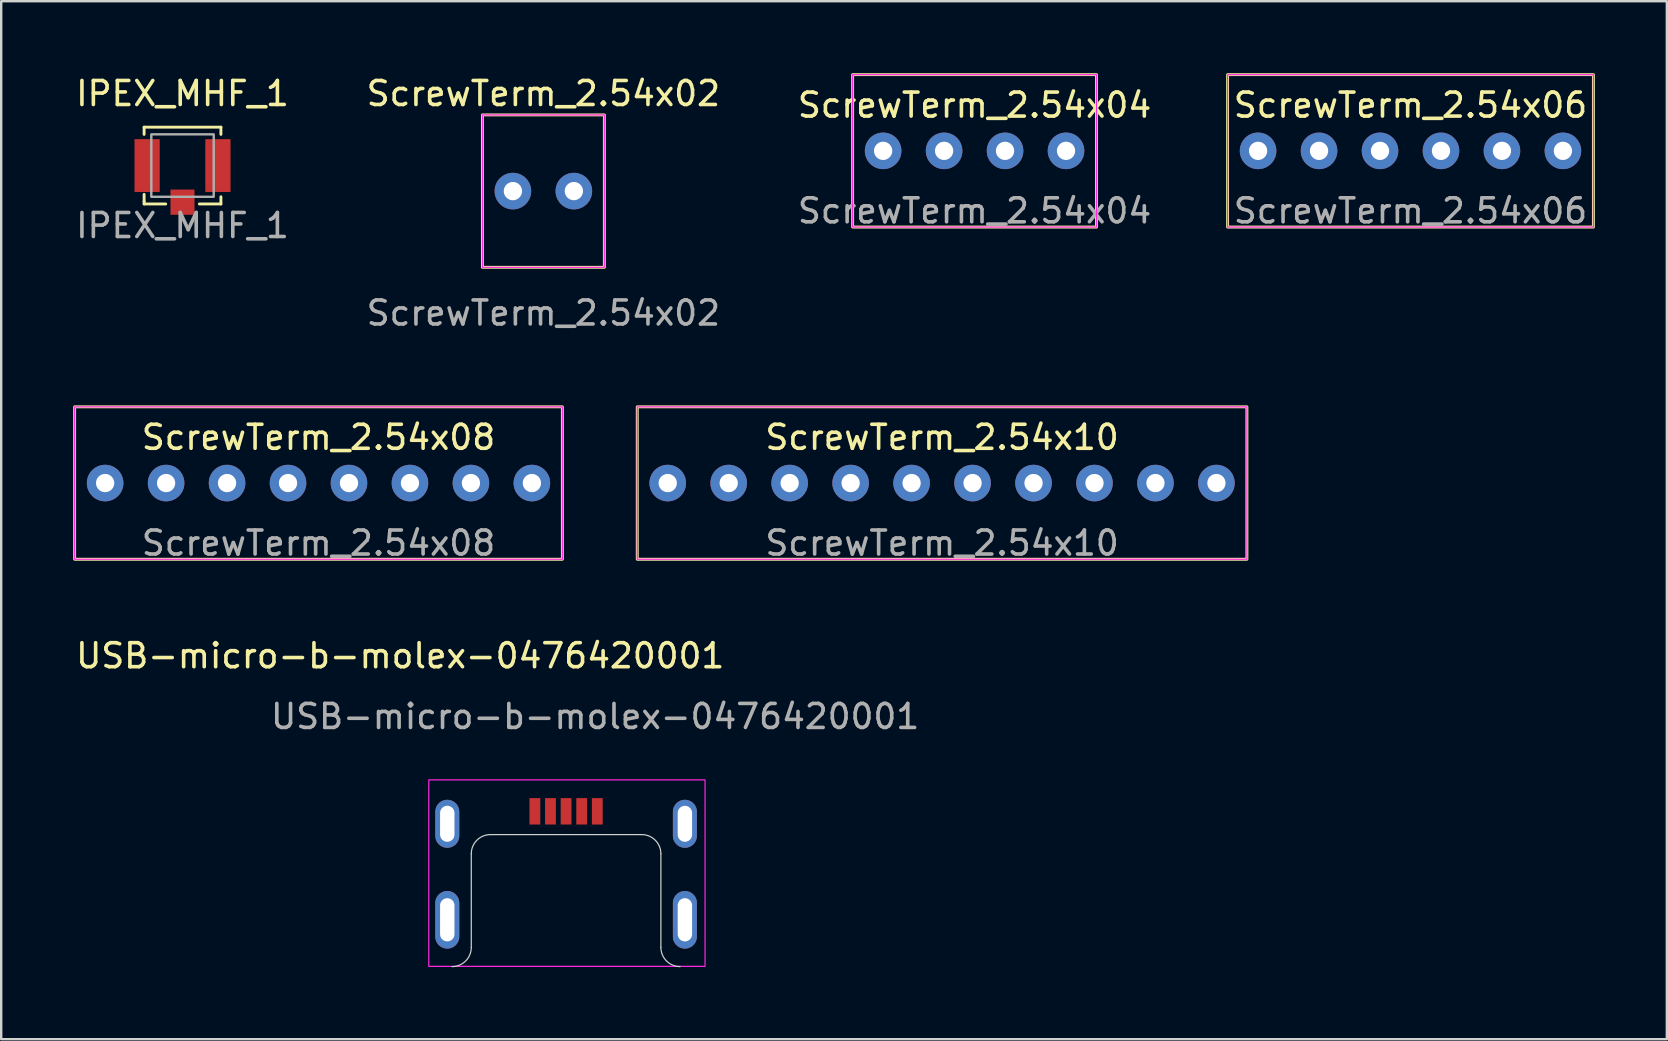
<source format=kicad_pcb>
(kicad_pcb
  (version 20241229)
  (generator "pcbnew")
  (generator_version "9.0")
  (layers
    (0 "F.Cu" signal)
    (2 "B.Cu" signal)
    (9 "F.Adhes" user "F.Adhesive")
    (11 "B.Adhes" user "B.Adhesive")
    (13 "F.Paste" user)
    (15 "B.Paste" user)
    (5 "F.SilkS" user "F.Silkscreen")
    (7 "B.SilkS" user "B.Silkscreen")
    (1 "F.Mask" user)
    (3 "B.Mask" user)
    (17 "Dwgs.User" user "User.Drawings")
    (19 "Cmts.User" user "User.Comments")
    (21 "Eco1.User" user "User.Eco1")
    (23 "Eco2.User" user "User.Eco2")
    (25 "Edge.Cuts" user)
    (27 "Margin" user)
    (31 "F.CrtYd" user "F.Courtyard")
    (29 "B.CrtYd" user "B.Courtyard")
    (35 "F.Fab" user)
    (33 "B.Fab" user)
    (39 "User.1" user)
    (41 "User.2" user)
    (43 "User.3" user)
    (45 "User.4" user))
  (footprint "ScrewTerm_2.54x10"
    (layer "F.Cu")
    (at 36.2 17.076)
    (property "Reference" "ScrewTerm_2.54x10" (at 0 -1.905 0) (unlocked yes) (layer "F.SilkS") (effects (font (size 1 1) (thickness 0.15))))
    (attr through_hole)
    (fp_rect (start -12.7 -3.175) (end 12.7 3.175) (stroke (width 0.12) (type solid)) (fill no) (layer "F.SilkS"))
    (fp_rect (start -12.7 -3.175) (end 12.7 3.175) (stroke (width 0.05) (type solid)) (fill no) (layer "F.CrtYd"))
    (fp_text user "${REFERENCE}" (at 0 2.5 0) (unlocked yes) (layer "F.Fab") (effects (font (size 1 1) (thickness 0.15))))
    (pad "1" thru_hole circle (at -11.43 0) (size 1.524 1.524) (drill 0.762) (layers "*.Cu" "*.Mask"))
    (pad "2" thru_hole circle (at -8.89 0) (size 1.524 1.524) (drill 0.762) (layers "*.Cu" "*.Mask"))
    (pad "3" thru_hole circle (at -6.35 0) (size 1.524 1.524) (drill 0.762) (layers "*.Cu" "*.Mask"))
    (pad "4" thru_hole circle (at -3.81 0) (size 1.524 1.524) (drill 0.762) (layers "*.Cu" "*.Mask"))
    (pad "5" thru_hole circle (at -1.27 0) (size 1.524 1.524) (drill 0.762) (layers "*.Cu" "*.Mask"))
    (pad "6" thru_hole circle (at 1.27 0) (size 1.524 1.524) (drill 0.762) (layers "*.Cu" "*.Mask"))
    (pad "7" thru_hole circle (at 3.81 0) (size 1.524 1.524) (drill 0.762) (layers "*.Cu" "*.Mask"))
    (pad "8" thru_hole circle (at 6.35 0) (size 1.524 1.524) (drill 0.762) (layers "*.Cu" "*.Mask"))
    (pad "9" thru_hole circle (at 8.89 0) (size 1.524 1.524) (drill 0.762) (layers "*.Cu" "*.Mask"))
    (pad "10" thru_hole circle (at 11.43 0) (size 1.524 1.524) (drill 0.762) (layers "*.Cu" "*.Mask")))
  (footprint "ScrewTerm_2.54x02"
    (layer "F.Cu")
    (at 19.589 4.912)
    (property "Reference" "ScrewTerm_2.54x02" (at 0 -4.064 0) (unlocked yes) (layer "F.SilkS") (effects (font (size 1 1) (thickness 0.15))))
    (attr through_hole)
    (fp_rect (start 2.54 3.175) (end -2.54 -3.175) (stroke (width 0.12) (type solid)) (fill no) (layer "F.SilkS"))
    (fp_rect (start -2.54 -3.175) (end 2.54 3.175) (stroke (width 0.05) (type solid)) (fill no) (layer "F.CrtYd"))
    (fp_text user "${REFERENCE}" (at 0 5.08 0) (unlocked yes) (layer "F.Fab") (effects (font (size 1 1) (thickness 0.15))))
    (pad "1" thru_hole circle (at -1.27 0) (size 1.524 1.524) (drill 0.762) (layers "*.Cu" "*.Mask"))
    (pad "2" thru_hole circle (at 1.27 0) (size 1.524 1.524) (drill 0.762) (layers "*.Cu" "*.Mask")))
  (footprint "ScrewTerm_2.54x04"
    (layer "F.Cu")
    (at 37.554 3.235)
    (property "Reference" "ScrewTerm_2.54x04" (at 0 -1.905 0) (unlocked yes) (layer "F.SilkS") (effects (font (size 1 1) (thickness 0.15))))
    (attr through_hole)
    (fp_rect (start -5.08 -3.175) (end 5.08 3.175) (stroke (width 0.12) (type solid)) (fill no) (layer "F.SilkS"))
    (fp_rect (start -5.08 -3.175) (end 5.08 3.175) (stroke (width 0.05) (type solid)) (fill no) (layer "F.CrtYd"))
    (fp_text user "${REFERENCE}" (at 0 2.5 0) (unlocked yes) (layer "F.Fab") (effects (font (size 1 1) (thickness 0.15))))
    (pad "1" thru_hole circle (at -3.81 0) (size 1.524 1.524) (drill 0.762) (layers "*.Cu" "*.Mask"))
    (pad "2" thru_hole circle (at -1.27 0) (size 1.524 1.524) (drill 0.762) (layers "*.Cu" "*.Mask"))
    (pad "3" thru_hole circle (at 1.27 0) (size 1.524 1.524) (drill 0.762) (layers "*.Cu" "*.Mask"))
    (pad "4" thru_hole circle (at 3.81 0) (size 1.524 1.524) (drill 0.762) (layers "*.Cu" "*.Mask")))
  (footprint "IPEX_MHF_1"
    (layer "F.Cu")
    (at 4.554 3.848)
    (property "Reference" "IPEX_MHF_1" (at 0 -3 0) (unlocked yes) (layer "F.SilkS") (effects (font (size 1 1) (thickness 0.15))))
    (attr smd)
    (fp_line (start -1.6 -1.6) (end 1.6 -1.6) (stroke (width 0.12) (type solid)) (layer "F.SilkS"))
    (fp_line (start -1.6 -1.3) (end -1.6 -1.6) (stroke (width 0.12) (type solid)) (layer "F.SilkS"))
    (fp_line (start -1.6 1.2) (end -1.6 1.5) (stroke (width 0.12) (type solid)) (layer "F.SilkS"))
    (fp_line (start -1.6 1.5) (end -1.6 1.6) (stroke (width 0.12) (type solid)) (layer "F.SilkS"))
    (fp_line (start -1.6 1.6) (end -0.7 1.6) (stroke (width 0.12) (type solid)) (layer "F.SilkS"))
    (fp_line (start 0.7 1.6) (end 1.6 1.6) (stroke (width 0.12) (type solid)) (layer "F.SilkS"))
    (fp_line (start 1.6 -1.6) (end 1.6 -1.3) (stroke (width 0.12) (type solid)) (layer "F.SilkS"))
    (fp_line (start 1.6 1.6) (end 1.6 1.3) (stroke (width 0.12) (type solid)) (layer "F.SilkS"))
    (fp_rect (start -1.3 -1.3) (end 1.3 1.3) (stroke (width 0.1) (type solid)) (fill no) (layer "F.Fab"))
    (fp_text user "${REFERENCE}" (at 0 2.5 0) (unlocked yes) (layer "F.Fab") (effects (font (size 1 1) (thickness 0.15))))
    (pad "1" smd rect (at 0 1.525) (size 1 1.05) (layers "F.Cu" "F.Mask" "F.Paste"))
    (pad "2" smd rect (at -1.475 0) (size 1.05 2.2) (layers "F.Cu" "F.Mask" "F.Paste"))
    (pad "2" smd rect (at 1.475 0) (size 1.05 2.2) (layers "F.Cu" "F.Mask" "F.Paste")))
  (footprint "ScrewTerm_2.54x06"
    (layer "F.Cu")
    (at 55.716 3.235)
    (property "Reference" "ScrewTerm_2.54x06" (at 0 -1.905 0) (unlocked yes) (layer "F.SilkS") (effects (font (size 1 1) (thickness 0.15))))
    (attr through_hole)
    (fp_rect (start -7.62 -3.175) (end 7.62 3.175) (stroke (width 0.12) (type solid)) (fill no) (layer "F.SilkS"))
    (fp_rect (start -7.62 -3.175) (end 7.62 3.175) (stroke (width 0.05) (type solid)) (fill no) (layer "F.CrtYd"))
    (fp_text user "${REFERENCE}" (at 0 2.5 0) (unlocked yes) (layer "F.Fab") (effects (font (size 1 1) (thickness 0.15))))
    (pad "1" thru_hole circle (at -6.35 0) (size 1.524 1.524) (drill 0.762) (layers "*.Cu" "*.Mask"))
    (pad "2" thru_hole circle (at -3.81 0) (size 1.524 1.524) (drill 0.762) (layers "*.Cu" "*.Mask"))
    (pad "3" thru_hole circle (at -1.27 0) (size 1.524 1.524) (drill 0.762) (layers "*.Cu" "*.Mask"))
    (pad "4" thru_hole circle (at 1.27 0) (size 1.524 1.524) (drill 0.762) (layers "*.Cu" "*.Mask"))
    (pad "5" thru_hole circle (at 3.81 0) (size 1.524 1.524) (drill 0.762) (layers "*.Cu" "*.Mask"))
    (pad "6" thru_hole circle (at 6.35 0) (size 1.524 1.524) (drill 0.762) (layers "*.Cu" "*.Mask")))
  (footprint "USB-micro-b-molex-0476420001"
    (layer "F.Cu")
    (at 20.535 35.272)
    (property "Reference" "USB-micro-b-molex-0476420001" (at -6.91 -11 180) (layer "F.SilkS") (effects (font (size 1 1) (thickness 0.15))))
    (attr smd)
    (fp_line (start -3.95 1.15) (end -3.95 -2.75) (stroke (width 0.05) (type default)) (layer "Edge.Cuts"))
    (fp_line (start -3.15 -3.55) (end 3.15 -3.55) (stroke (width 0.05) (type default)) (layer "Edge.Cuts"))
    (fp_line (start 3.95 1.15) (end 3.95 -2.75) (stroke (width 0.05) (type default)) (layer "Edge.Cuts"))
    (fp_arc (start -3.95 -2.75) (mid -3.715686 -3.315686) (end -3.15 -3.55) (stroke (width 0.05) (type default)) (layer "Edge.Cuts"))
    (fp_arc (start -3.95 1.15) (mid -4.184315 1.715685) (end -4.75 1.95) (stroke (width 0.05) (type default)) (layer "Edge.Cuts"))
    (fp_arc (start 3.15 -3.55) (mid 3.715685 -3.315685) (end 3.95 -2.75) (stroke (width 0.05) (type default)) (layer "Edge.Cuts"))
    (fp_arc (start 4.75 1.95) (mid 4.184315 1.715685) (end 3.95 1.15) (stroke (width 0.05) (type default)) (layer "Edge.Cuts"))
    (fp_rect (start -5.72 -5.83) (end 5.79 1.94) (stroke (width 0.05) (type default)) (fill no) (layer "F.CrtYd"))
    (fp_text user "${REFERENCE}" (at 1.21 -8.47 0) (layer "F.Fab") (effects (font (size 1 1) (thickness 0.15))))
    (pad "1" smd rect (at -1.3 -4.52) (size 0.45 1.1) (layers "F.Cu" "F.Mask" "F.Paste"))
    (pad "2" smd rect (at -0.65 -4.52) (size 0.45 1.1) (layers "F.Cu" "F.Mask" "F.Paste"))
    (pad "3" smd rect (at 0 -4.52) (size 0.45 1.1) (layers "F.Cu" "F.Mask" "F.Paste"))
    (pad "4" smd rect (at 0.65 -4.52) (size 0.45 1.1) (layers "F.Cu" "F.Mask" "F.Paste"))
    (pad "5" smd rect (at 1.3 -4.52) (size 0.45 1.1) (layers "F.Cu" "F.Mask" "F.Paste"))
    (pad "6" thru_hole oval (at -4.95 -4) (size 1 2) (drill oval 0.6 1.5) (layers "*.Cu" "*.Mask"))
    (pad "6" thru_hole oval (at -4.95 0) (size 1 2.4) (drill oval 0.6 1.8) (layers "*.Cu" "*.Mask"))
    (pad "6" thru_hole oval (at 4.95 -4) (size 1 2) (drill oval 0.6 1.5) (layers "*.Cu" "*.Mask"))
    (pad "6" thru_hole oval (at 4.95 0) (size 1 2.4) (drill oval 0.6 1.8) (layers "*.Cu" "*.Mask")))
  (footprint "ScrewTerm_2.54x08"
    (layer "F.Cu")
    (at 10.22 17.076)
    (property "Reference" "ScrewTerm_2.54x08" (at 0 -1.905 0) (unlocked yes) (layer "F.SilkS") (effects (font (size 1 1) (thickness 0.15))))
    (attr through_hole)
    (fp_rect (start -10.16 -3.175) (end 10.16 3.175) (stroke (width 0.12) (type solid)) (fill no) (layer "F.SilkS"))
    (fp_rect (start -10.16 -3.175) (end 10.16 3.175) (stroke (width 0.05) (type solid)) (fill no) (layer "F.CrtYd"))
    (fp_text user "${REFERENCE}" (at 0 2.5 0) (unlocked yes) (layer "F.Fab") (effects (font (size 1 1) (thickness 0.15))))
    (pad "1" thru_hole circle (at -8.89 0) (size 1.524 1.524) (drill 0.762) (layers "*.Cu" "*.Mask"))
    (pad "2" thru_hole circle (at -6.35 0) (size 1.524 1.524) (drill 0.762) (layers "*.Cu" "*.Mask"))
    (pad "3" thru_hole circle (at -3.81 0) (size 1.524 1.524) (drill 0.762) (layers "*.Cu" "*.Mask"))
    (pad "4" thru_hole circle (at -1.27 0) (size 1.524 1.524) (drill 0.762) (layers "*.Cu" "*.Mask"))
    (pad "5" thru_hole circle (at 1.27 0) (size 1.524 1.524) (drill 0.762) (layers "*.Cu" "*.Mask"))
    (pad "6" thru_hole circle (at 3.81 0) (size 1.524 1.524) (drill 0.762) (layers "*.Cu" "*.Mask"))
    (pad "7" thru_hole circle (at 6.35 0) (size 1.524 1.524) (drill 0.762) (layers "*.Cu" "*.Mask"))
    (pad "8" thru_hole circle (at 8.89 0) (size 1.524 1.524) (drill 0.762) (layers "*.Cu" "*.Mask")))
  (gr_rect
    (start -3 -3)
    (end 66.396 40.247)
    (stroke (width 0.1) (type default))
    (fill no)
    (layer "Edge.Cuts")))
</source>
